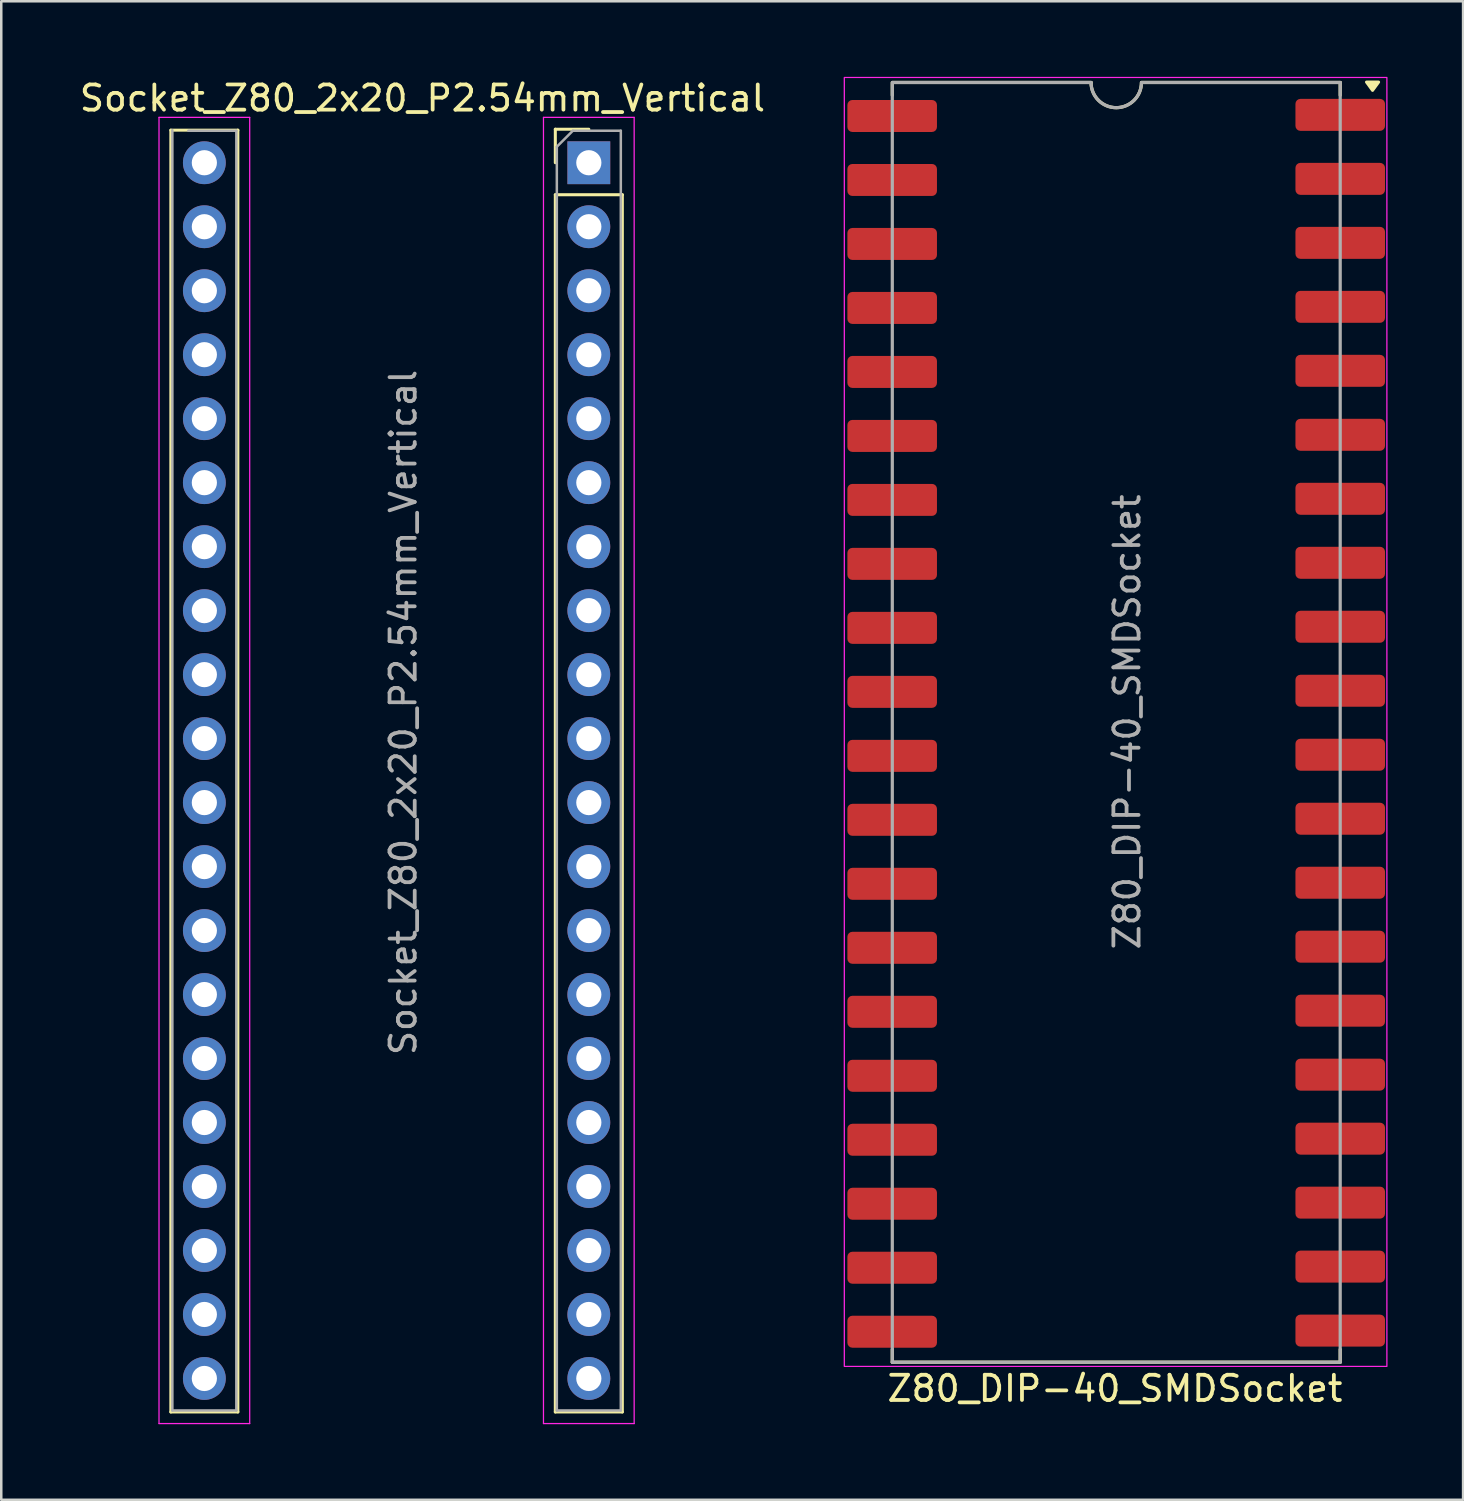
<source format=kicad_pcb>
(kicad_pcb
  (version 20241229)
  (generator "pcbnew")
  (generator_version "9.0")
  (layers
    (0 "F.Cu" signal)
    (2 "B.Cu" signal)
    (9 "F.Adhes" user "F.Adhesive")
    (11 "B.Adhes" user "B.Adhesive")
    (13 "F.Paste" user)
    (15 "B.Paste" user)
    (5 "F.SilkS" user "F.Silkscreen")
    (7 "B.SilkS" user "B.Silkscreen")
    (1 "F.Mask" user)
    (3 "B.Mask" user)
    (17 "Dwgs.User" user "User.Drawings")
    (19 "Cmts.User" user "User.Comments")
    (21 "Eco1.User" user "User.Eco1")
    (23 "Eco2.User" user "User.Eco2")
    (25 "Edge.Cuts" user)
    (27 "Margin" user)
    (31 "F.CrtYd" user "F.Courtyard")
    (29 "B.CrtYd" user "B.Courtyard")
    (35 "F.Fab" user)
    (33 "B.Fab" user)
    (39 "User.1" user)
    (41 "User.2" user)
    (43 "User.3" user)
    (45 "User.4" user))
  (footprint "Socket_Z80_2x20_P2.54mm_Vertical"
    (layer "F.Cu")
    (at 5.084 3.388)
    (property "Reference" "Socket_Z80_2x20_P2.54mm_Vertical" (at 8.636 -2.54 0) (layer "F.SilkS") (effects (font (size 1 1) (thickness 0.15))))
    (attr through_hole)
    (fp_line (start -1.352 -1.27) (end -1.352 49.612) (stroke (width 0.12) (type solid)) (layer "F.SilkS"))
    (fp_line (start -1.352 -1.27) (end 1.308 -1.27) (stroke (width 0.12) (type solid)) (layer "F.SilkS"))
    (fp_line (start -1.352 49.612) (end 1.308 49.612) (stroke (width 0.12) (type solid)) (layer "F.SilkS"))
    (fp_line (start 1.308 -1.27) (end 1.308 49.612) (stroke (width 0.12) (type solid)) (layer "F.SilkS"))
    (fp_line (start 13.91 -1.308) (end 15.24 -1.308) (stroke (width 0.12) (type solid)) (layer "F.SilkS"))
    (fp_line (start 13.91 0.022) (end 13.91 -1.308) (stroke (width 0.12) (type solid)) (layer "F.SilkS"))
    (fp_line (start 13.91 1.292) (end 13.91 49.612) (stroke (width 0.12) (type solid)) (layer "F.SilkS"))
    (fp_line (start 13.91 1.292) (end 16.57 1.292) (stroke (width 0.12) (type solid)) (layer "F.SilkS"))
    (fp_line (start 13.91 49.612) (end 16.57 49.612) (stroke (width 0.12) (type solid)) (layer "F.SilkS"))
    (fp_line (start 16.57 1.292) (end 16.57 49.612) (stroke (width 0.12) (type solid)) (layer "F.SilkS"))
    (fp_line (start -1.822 -1.778) (end -1.822 50.072) (stroke (width 0.05) (type solid)) (layer "F.CrtYd"))
    (fp_line (start -1.822 50.072) (end 1.778 50.072) (stroke (width 0.05) (type solid)) (layer "F.CrtYd"))
    (fp_line (start 1.778 -1.778) (end -1.822 -1.778) (stroke (width 0.05) (type solid)) (layer "F.CrtYd"))
    (fp_line (start 1.778 50.072) (end 1.778 -1.778) (stroke (width 0.05) (type solid)) (layer "F.CrtYd"))
    (fp_line (start 13.44 -1.778) (end 13.44 50.072) (stroke (width 0.05) (type solid)) (layer "F.CrtYd"))
    (fp_line (start 13.44 50.072) (end 17.04 50.072) (stroke (width 0.05) (type solid)) (layer "F.CrtYd"))
    (fp_line (start 17.04 -1.778) (end 13.44 -1.778) (stroke (width 0.05) (type solid)) (layer "F.CrtYd"))
    (fp_line (start 17.04 50.072) (end 17.04 -1.778) (stroke (width 0.05) (type solid)) (layer "F.CrtYd"))
    (fp_line (start -1.292 49.552) (end -1.292 -1.27) (stroke (width 0.1) (type solid)) (layer "F.Fab"))
    (fp_line (start -0.657 -1.248) (end 1.248 -1.248) (stroke (width 0.1) (type solid)) (layer "F.Fab"))
    (fp_line (start 1.248 -1.248) (end 1.248 49.552) (stroke (width 0.1) (type solid)) (layer "F.Fab"))
    (fp_line (start 1.248 49.552) (end -1.292 49.552) (stroke (width 0.1) (type solid)) (layer "F.Fab"))
    (fp_line (start 13.97 -0.613) (end 14.605 -1.248) (stroke (width 0.1) (type solid)) (layer "F.Fab"))
    (fp_line (start 13.97 49.552) (end 13.97 -0.613) (stroke (width 0.1) (type solid)) (layer "F.Fab"))
    (fp_line (start 14.605 -1.248) (end 16.51 -1.248) (stroke (width 0.1) (type solid)) (layer "F.Fab"))
    (fp_line (start 16.51 -1.248) (end 16.51 49.552) (stroke (width 0.1) (type solid)) (layer "F.Fab"))
    (fp_line (start 16.51 49.552) (end 13.97 49.552) (stroke (width 0.1) (type solid)) (layer "F.Fab"))
    (fp_text user "${REFERENCE}" (at 7.874 21.844 90) (layer "F.Fab") (effects (font (size 1 1) (thickness 0.15))))
    (pad "1" thru_hole rect (at 15.24 0.022) (size 1.7 1.7) (drill 1) (layers "*.Cu" "*.Mask"))
    (pad "2" thru_hole oval (at 15.24 2.562) (size 1.7 1.7) (drill 1) (layers "*.Cu" "*.Mask"))
    (pad "3" thru_hole oval (at 15.24 5.102) (size 1.7 1.7) (drill 1) (layers "*.Cu" "*.Mask"))
    (pad "4" thru_hole oval (at 15.24 7.642) (size 1.7 1.7) (drill 1) (layers "*.Cu" "*.Mask"))
    (pad "5" thru_hole oval (at 15.24 10.182) (size 1.7 1.7) (drill 1) (layers "*.Cu" "*.Mask"))
    (pad "6" thru_hole oval (at 15.24 12.722) (size 1.7 1.7) (drill 1) (layers "*.Cu" "*.Mask"))
    (pad "7" thru_hole oval (at 15.24 15.262) (size 1.7 1.7) (drill 1) (layers "*.Cu" "*.Mask"))
    (pad "8" thru_hole oval (at 15.24 17.802) (size 1.7 1.7) (drill 1) (layers "*.Cu" "*.Mask"))
    (pad "9" thru_hole oval (at 15.24 20.342) (size 1.7 1.7) (drill 1) (layers "*.Cu" "*.Mask"))
    (pad "10" thru_hole oval (at 15.24 22.882) (size 1.7 1.7) (drill 1) (layers "*.Cu" "*.Mask"))
    (pad "11" thru_hole oval (at 15.24 25.422) (size 1.7 1.7) (drill 1) (layers "*.Cu" "*.Mask"))
    (pad "12" thru_hole oval (at 15.24 27.962) (size 1.7 1.7) (drill 1) (layers "*.Cu" "*.Mask"))
    (pad "13" thru_hole oval (at 15.24 30.502) (size 1.7 1.7) (drill 1) (layers "*.Cu" "*.Mask"))
    (pad "14" thru_hole oval (at 15.24 33.042) (size 1.7 1.7) (drill 1) (layers "*.Cu" "*.Mask"))
    (pad "15" thru_hole oval (at 15.24 35.582) (size 1.7 1.7) (drill 1) (layers "*.Cu" "*.Mask"))
    (pad "16" thru_hole oval (at 15.24 38.122) (size 1.7 1.7) (drill 1) (layers "*.Cu" "*.Mask"))
    (pad "17" thru_hole oval (at 15.24 40.662) (size 1.7 1.7) (drill 1) (layers "*.Cu" "*.Mask"))
    (pad "18" thru_hole oval (at 15.24 43.202) (size 1.7 1.7) (drill 1) (layers "*.Cu" "*.Mask"))
    (pad "19" thru_hole oval (at 15.24 45.742) (size 1.7 1.7) (drill 1) (layers "*.Cu" "*.Mask"))
    (pad "20" thru_hole oval (at 15.24 48.282) (size 1.7 1.7) (drill 1) (layers "*.Cu" "*.Mask"))
    (pad "21" thru_hole oval (at -0.022 48.282) (size 1.7 1.7) (drill 1) (layers "*.Cu" "*.Mask"))
    (pad "22" thru_hole oval (at -0.022 45.742) (size 1.7 1.7) (drill 1) (layers "*.Cu" "*.Mask"))
    (pad "23" thru_hole oval (at -0.022 43.202) (size 1.7 1.7) (drill 1) (layers "*.Cu" "*.Mask"))
    (pad "24" thru_hole oval (at -0.022 40.662) (size 1.7 1.7) (drill 1) (layers "*.Cu" "*.Mask"))
    (pad "25" thru_hole oval (at -0.022 38.122) (size 1.7 1.7) (drill 1) (layers "*.Cu" "*.Mask"))
    (pad "26" thru_hole oval (at -0.022 35.582) (size 1.7 1.7) (drill 1) (layers "*.Cu" "*.Mask"))
    (pad "27" thru_hole oval (at -0.022 33.042) (size 1.7 1.7) (drill 1) (layers "*.Cu" "*.Mask"))
    (pad "28" thru_hole oval (at -0.022 30.502) (size 1.7 1.7) (drill 1) (layers "*.Cu" "*.Mask"))
    (pad "29" thru_hole oval (at -0.022 27.962) (size 1.7 1.7) (drill 1) (layers "*.Cu" "*.Mask"))
    (pad "30" thru_hole oval (at -0.022 25.422) (size 1.7 1.7) (drill 1) (layers "*.Cu" "*.Mask"))
    (pad "31" thru_hole oval (at -0.022 22.882) (size 1.7 1.7) (drill 1) (layers "*.Cu" "*.Mask"))
    (pad "32" thru_hole oval (at -0.022 20.342) (size 1.7 1.7) (drill 1) (layers "*.Cu" "*.Mask"))
    (pad "33" thru_hole oval (at -0.022 17.802) (size 1.7 1.7) (drill 1) (layers "*.Cu" "*.Mask"))
    (pad "34" thru_hole oval (at -0.022 15.262) (size 1.7 1.7) (drill 1) (layers "*.Cu" "*.Mask"))
    (pad "35" thru_hole oval (at -0.022 12.722) (size 1.7 1.7) (drill 1) (layers "*.Cu" "*.Mask"))
    (pad "36" thru_hole oval (at -0.022 10.182) (size 1.7 1.7) (drill 1) (layers "*.Cu" "*.Mask"))
    (pad "37" thru_hole oval (at -0.022 7.642) (size 1.7 1.7) (drill 1) (layers "*.Cu" "*.Mask"))
    (pad "38" thru_hole oval (at -0.022 5.102) (size 1.7 1.7) (drill 1) (layers "*.Cu" "*.Mask"))
    (pad "39" thru_hole oval (at -0.022 2.562) (size 1.7 1.7) (drill 1) (layers "*.Cu" "*.Mask"))
    (pad "40" thru_hole circle (at -0.022 0.022) (size 1.7 1.7) (drill 1) (layers "*.Cu" "*.Mask")))
  (footprint "Z80_DIP-40_SMDSocket"
    (layer "F.Cu")
    (at 41.209 25.608)
    (property "Reference" "Z80_DIP-40_SMDSocket" (at 0 26.46 0) (layer "F.SilkS") (effects (font (size 1 1) (thickness 0.15))))
    (attr smd)
    (fp_line (start -8.838 -25.384) (end -8.838 -24.876) (stroke (width 0.127) (type solid)) (layer "F.SilkS"))
    (fp_line (start -8.838 24.908) (end -8.838 25.416) (stroke (width 0.127) (type solid)) (layer "F.SilkS"))
    (fp_line (start -0.948 -25.384) (end -8.822 -25.384) (stroke (width 0.127) (type solid)) (layer "F.SilkS"))
    (fp_line (start 8.942 -25.384) (end 1.068 -25.384) (stroke (width 0.127) (type solid)) (layer "F.SilkS"))
    (fp_line (start 8.942 -25.384) (end 8.942 -24.876) (stroke (width 0.127) (type solid)) (layer "F.SilkS"))
    (fp_line (start 8.942 24.908) (end 8.942 25.416) (stroke (width 0.127) (type solid)) (layer "F.SilkS"))
    (fp_line (start 8.942 25.416) (end -8.838 25.416) (stroke (width 0.127) (type solid)) (layer "F.SilkS"))
    (fp_arc (start 1.05195 -25.384) (mid 0.05195 -24.384) (end -0.94805 -25.384) (stroke (width 0.127) (type solid)) (layer "F.SilkS"))
    (fp_poly (pts (xy 10.226 -25.07) (xy 10.466 -25.4) (xy 9.986 -25.4) (xy 10.226 -25.07)) (stroke (width 0.12) (type solid)) (fill yes) (layer "F.SilkS"))
    (fp_rect (start 10.795 -25.583) (end -10.743 25.583) (stroke (width 0.05) (type solid)) (fill no) (layer "F.CrtYd"))
    (fp_line (start -8.838 25.416) (end -8.838 -25.384) (stroke (width 0.127) (type solid)) (layer "F.Fab"))
    (fp_line (start -0.948 -25.384) (end -8.822 -25.384) (stroke (width 0.127) (type solid)) (layer "F.Fab"))
    (fp_line (start 8.942 -25.384) (end 1.068 -25.384) (stroke (width 0.127) (type solid)) (layer "F.Fab"))
    (fp_line (start 8.942 -25.384) (end 8.942 25.416) (stroke (width 0.127) (type solid)) (layer "F.Fab"))
    (fp_line (start 8.942 25.416) (end -8.838 25.416) (stroke (width 0.127) (type solid)) (layer "F.Fab"))
    (fp_arc (start 1.05195 -25.384) (mid 0.05195 -24.384) (end -0.94805 -25.384) (stroke (width 0.127) (type solid)) (layer "F.Fab"))
    (fp_text user "${REFERENCE}" (at 0.483 0 90) (layer "F.Fab") (effects (font (size 1 1) (thickness 0.15))))
    (pad "1" smd roundrect (at 8.943 -24.098) (size 3.556 1.27) (layers "F.Cu" "F.Mask" "F.Paste") (roundrect_rratio 0.156))
    (pad "2" smd roundrect (at 8.943 -21.558) (size 3.556 1.27) (layers "F.Cu" "F.Mask" "F.Paste") (roundrect_rratio 0.156))
    (pad "3" smd roundrect (at 8.943 -19.018) (size 3.556 1.27) (layers "F.Cu" "F.Mask" "F.Paste") (roundrect_rratio 0.156))
    (pad "4" smd roundrect (at 8.943 -16.478) (size 3.556 1.27) (layers "F.Cu" "F.Mask" "F.Paste") (roundrect_rratio 0.156))
    (pad "5" smd roundrect (at 8.943 -13.938) (size 3.556 1.27) (layers "F.Cu" "F.Mask" "F.Paste") (roundrect_rratio 0.156))
    (pad "6" smd roundrect (at 8.943 -11.398) (size 3.556 1.27) (layers "F.Cu" "F.Mask" "F.Paste") (roundrect_rratio 0.156))
    (pad "7" smd roundrect (at 8.943 -8.858) (size 3.556 1.27) (layers "F.Cu" "F.Mask" "F.Paste") (roundrect_rratio 0.156))
    (pad "8" smd roundrect (at 8.943 -6.318) (size 3.556 1.27) (layers "F.Cu" "F.Mask" "F.Paste") (roundrect_rratio 0.156))
    (pad "9" smd roundrect (at 8.943 -3.778) (size 3.556 1.27) (layers "F.Cu" "F.Mask" "F.Paste") (roundrect_rratio 0.156))
    (pad "10" smd roundrect (at 8.943 -1.238) (size 3.556 1.27) (layers "F.Cu" "F.Mask" "F.Paste") (roundrect_rratio 0.156))
    (pad "11" smd roundrect (at 8.943 1.302) (size 3.556 1.27) (layers "F.Cu" "F.Mask" "F.Paste") (roundrect_rratio 0.156))
    (pad "12" smd roundrect (at 8.943 3.842) (size 3.556 1.27) (layers "F.Cu" "F.Mask" "F.Paste") (roundrect_rratio 0.156))
    (pad "13" smd roundrect (at 8.943 6.382) (size 3.556 1.27) (layers "F.Cu" "F.Mask" "F.Paste") (roundrect_rratio 0.156))
    (pad "14" smd roundrect (at 8.943 8.922) (size 3.556 1.27) (layers "F.Cu" "F.Mask" "F.Paste") (roundrect_rratio 0.156))
    (pad "15" smd roundrect (at 8.943 11.462) (size 3.556 1.27) (layers "F.Cu" "F.Mask" "F.Paste") (roundrect_rratio 0.156))
    (pad "16" smd roundrect (at 8.943 14.002) (size 3.556 1.27) (layers "F.Cu" "F.Mask" "F.Paste") (roundrect_rratio 0.156))
    (pad "17" smd roundrect (at 8.943 16.542) (size 3.556 1.27) (layers "F.Cu" "F.Mask" "F.Paste") (roundrect_rratio 0.156))
    (pad "18" smd roundrect (at 8.943 19.082) (size 3.556 1.27) (layers "F.Cu" "F.Mask" "F.Paste") (roundrect_rratio 0.156))
    (pad "19" smd roundrect (at 8.943 21.622) (size 3.556 1.27) (layers "F.Cu" "F.Mask" "F.Paste") (roundrect_rratio 0.156))
    (pad "20" smd roundrect (at 8.943 24.162) (size 3.556 1.27) (layers "F.Cu" "F.Mask" "F.Paste") (roundrect_rratio 0.156))
    (pad "21" smd roundrect (at -8.843 24.206) (size 3.556 1.27) (layers "F.Cu" "F.Mask" "F.Paste") (roundrect_rratio 0.156))
    (pad "22" smd roundrect (at -8.843 21.666) (size 3.556 1.27) (layers "F.Cu" "F.Mask" "F.Paste") (roundrect_rratio 0.156))
    (pad "23" smd roundrect (at -8.843 19.126) (size 3.556 1.27) (layers "F.Cu" "F.Mask" "F.Paste") (roundrect_rratio 0.156))
    (pad "24" smd roundrect (at -8.843 16.586) (size 3.556 1.27) (layers "F.Cu" "F.Mask" "F.Paste") (roundrect_rratio 0.156))
    (pad "25" smd roundrect (at -8.843 14.046) (size 3.556 1.27) (layers "F.Cu" "F.Mask" "F.Paste") (roundrect_rratio 0.156))
    (pad "26" smd roundrect (at -8.843 11.506) (size 3.556 1.27) (layers "F.Cu" "F.Mask" "F.Paste") (roundrect_rratio 0.156))
    (pad "27" smd roundrect (at -8.843 8.966) (size 3.556 1.27) (layers "F.Cu" "F.Mask" "F.Paste") (roundrect_rratio 0.156))
    (pad "28" smd roundrect (at -8.843 6.426) (size 3.556 1.27) (layers "F.Cu" "F.Mask" "F.Paste") (roundrect_rratio 0.156))
    (pad "29" smd roundrect (at -8.843 3.886) (size 3.556 1.27) (layers "F.Cu" "F.Mask" "F.Paste") (roundrect_rratio 0.156))
    (pad "30" smd roundrect (at -8.843 1.346) (size 3.556 1.27) (layers "F.Cu" "F.Mask" "F.Paste") (roundrect_rratio 0.156))
    (pad "31" smd roundrect (at -8.843 -1.194) (size 3.556 1.27) (layers "F.Cu" "F.Mask" "F.Paste") (roundrect_rratio 0.156))
    (pad "32" smd roundrect (at -8.843 -3.734) (size 3.556 1.27) (layers "F.Cu" "F.Mask" "F.Paste") (roundrect_rratio 0.156))
    (pad "33" smd roundrect (at -8.843 -6.274) (size 3.556 1.27) (layers "F.Cu" "F.Mask" "F.Paste") (roundrect_rratio 0.156))
    (pad "34" smd roundrect (at -8.843 -8.814) (size 3.556 1.27) (layers "F.Cu" "F.Mask" "F.Paste") (roundrect_rratio 0.156))
    (pad "35" smd roundrect (at -8.843 -11.354) (size 3.556 1.27) (layers "F.Cu" "F.Mask" "F.Paste") (roundrect_rratio 0.156))
    (pad "36" smd roundrect (at -8.843 -13.894) (size 3.556 1.27) (layers "F.Cu" "F.Mask" "F.Paste") (roundrect_rratio 0.156))
    (pad "37" smd roundrect (at -8.843 -16.434) (size 3.556 1.27) (layers "F.Cu" "F.Mask" "F.Paste") (roundrect_rratio 0.156))
    (pad "38" smd roundrect (at -8.843 -18.974) (size 3.556 1.27) (layers "F.Cu" "F.Mask" "F.Paste") (roundrect_rratio 0.156))
    (pad "39" smd roundrect (at -8.843 -21.514) (size 3.556 1.27) (layers "F.Cu" "F.Mask" "F.Paste") (roundrect_rratio 0.156))
    (pad "40" smd roundrect (at -8.843 -24.054) (size 3.556 1.27) (layers "F.Cu" "F.Mask" "F.Paste") (roundrect_rratio 0.156)))
  (gr_rect
    (start -3 -3)
    (end 55.029 56.485)
    (stroke (width 0.1) (type default))
    (fill no)
    (layer "Edge.Cuts")))
</source>
